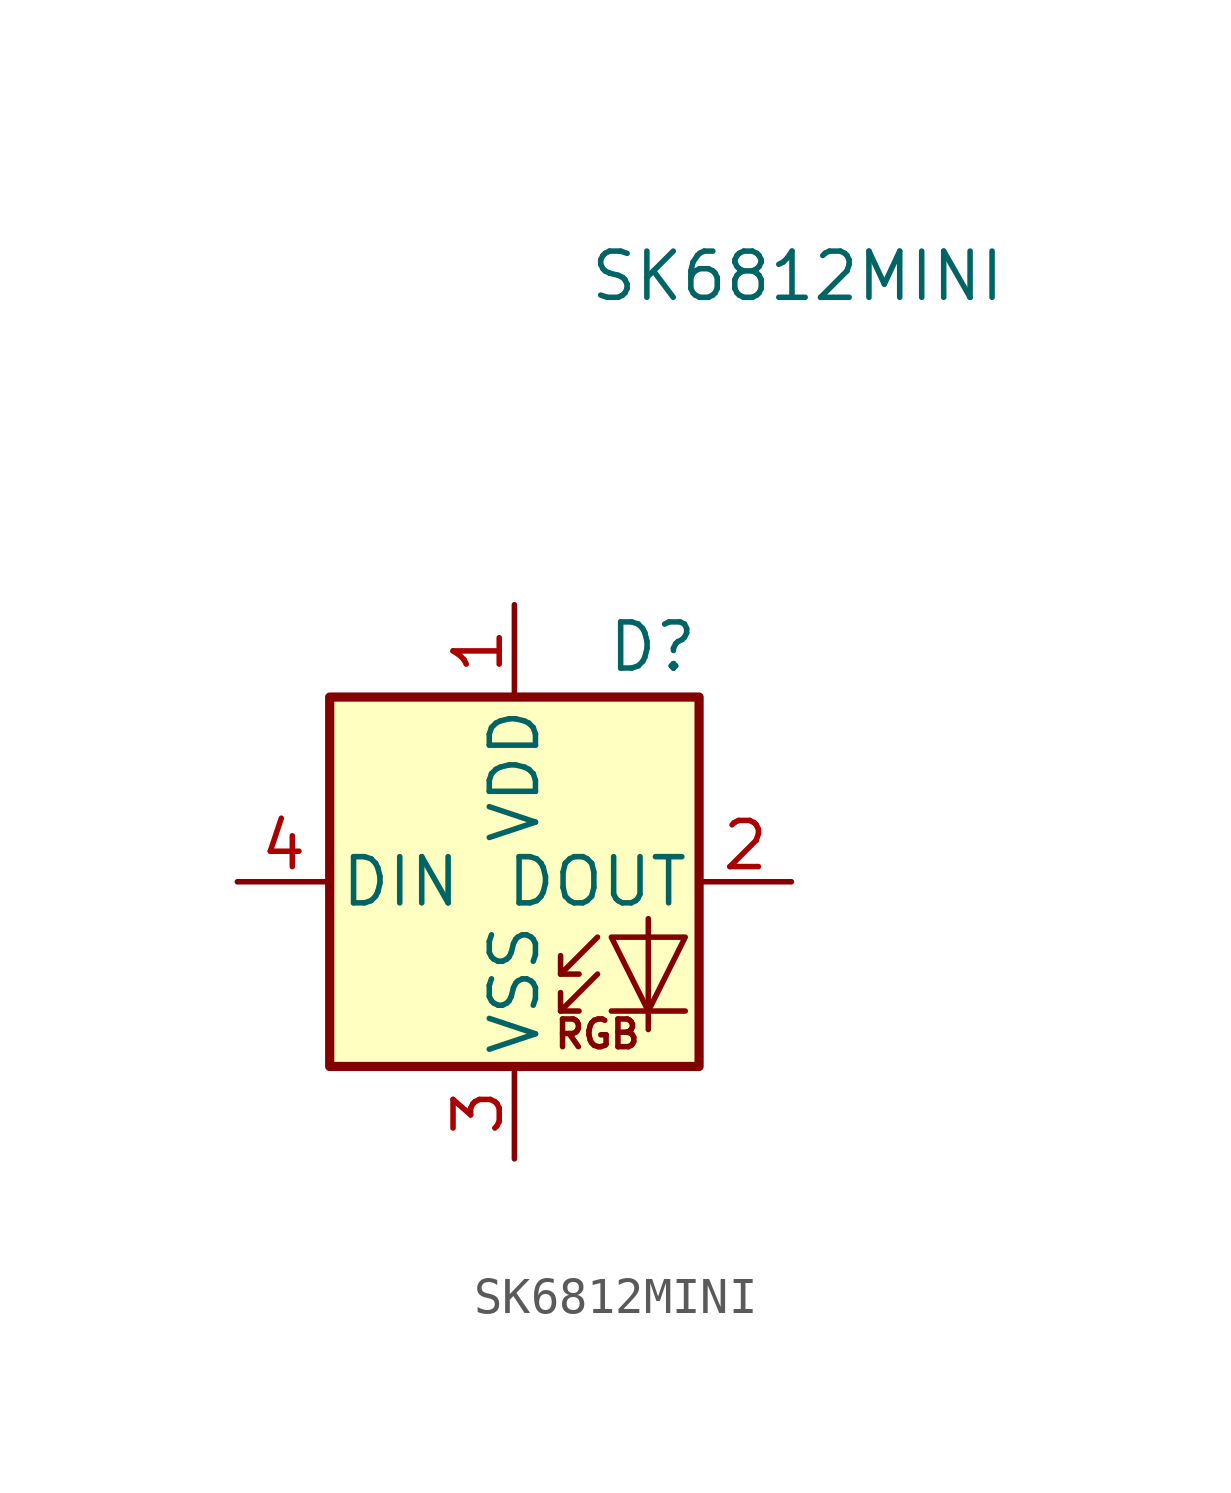
<source format=kicad_sym>
(kicad_symbol_lib
  (version 20241209)
  (generator "kicad_symbol_editor")
  (generator_version "9.0")
  (symbol "SK6812MINI"
    (pin_names
      (offset 0.254))
    (property "Reference" "D"
      (at 5.08 5.715 0)
      (effects (font (size 1.27 1.27)) (justify right bottom)))
    (property "Value" "SK6812MINI"
      (at 2.032 17.399 0)
      (effects (font (size 1.27 1.27)) (justify left top)))
    (symbol "SK6812MINI_0_0"
      (text "RGB" (at 2.286 -4.191 0) (effects (font (size 0.762 0.762)))))
    (symbol "SK6812MINI_0_1"
      (polyline (pts (xy 1.27 -2.54) (xy 1.778 -2.54)) (stroke (width 0) (type default)) (fill (type none)))
      (polyline (pts (xy 1.27 -3.556) (xy 1.778 -3.556)) (stroke (width 0) (type default)) (fill (type none)))
      (polyline (pts (xy 2.286 -1.524) (xy 1.27 -2.54) (xy 1.27 -2.032)) (stroke (width 0) (type default)) (fill (type none)))
      (polyline (pts (xy 2.286 -2.54) (xy 1.27 -3.556) (xy 1.27 -3.048)) (stroke (width 0) (type default)) (fill (type none)))
      (polyline (pts (xy 3.683 -1.016) (xy 3.683 -3.556) (xy 3.683 -4.064)) (stroke (width 0) (type default)) (fill (type none)))
      (polyline (pts (xy 4.699 -1.524) (xy 2.667 -1.524) (xy 3.683 -3.556) (xy 4.699 -1.524)) (stroke (width 0) (type default)) (fill (type none)))
      (polyline (pts (xy 4.699 -3.556) (xy 2.667 -3.556)) (stroke (width 0) (type default)) (fill (type none)))
      (rectangle (start 5.08 5.08) (end -5.08 -5.08) (stroke (width 0.254) (type default)) (fill (type background))))
    (symbol "SK6812MINI_1_1"
      (pin input line (at -7.62 0 0) (length 2.54) (name "DIN" (effects (font (size 1.27 1.27)))) (number "4" (effects (font (size 1.27 1.27)))))
      (pin power_in line (at 0 7.62 270) (length 2.54) (name "VDD" (effects (font (size 1.27 1.27)))) (number "1" (effects (font (size 1.27 1.27)))))
      (pin power_in line (at 0 -7.62 90) (length 2.54) (name "VSS" (effects (font (size 1.27 1.27)))) (number "3" (effects (font (size 1.27 1.27)))))
      (pin output line (at 7.62 0 180) (length 2.54) (name "DOUT" (effects (font (size 1.27 1.27)))) (number "2" (effects (font (size 1.27 1.27))))))))
</source>
